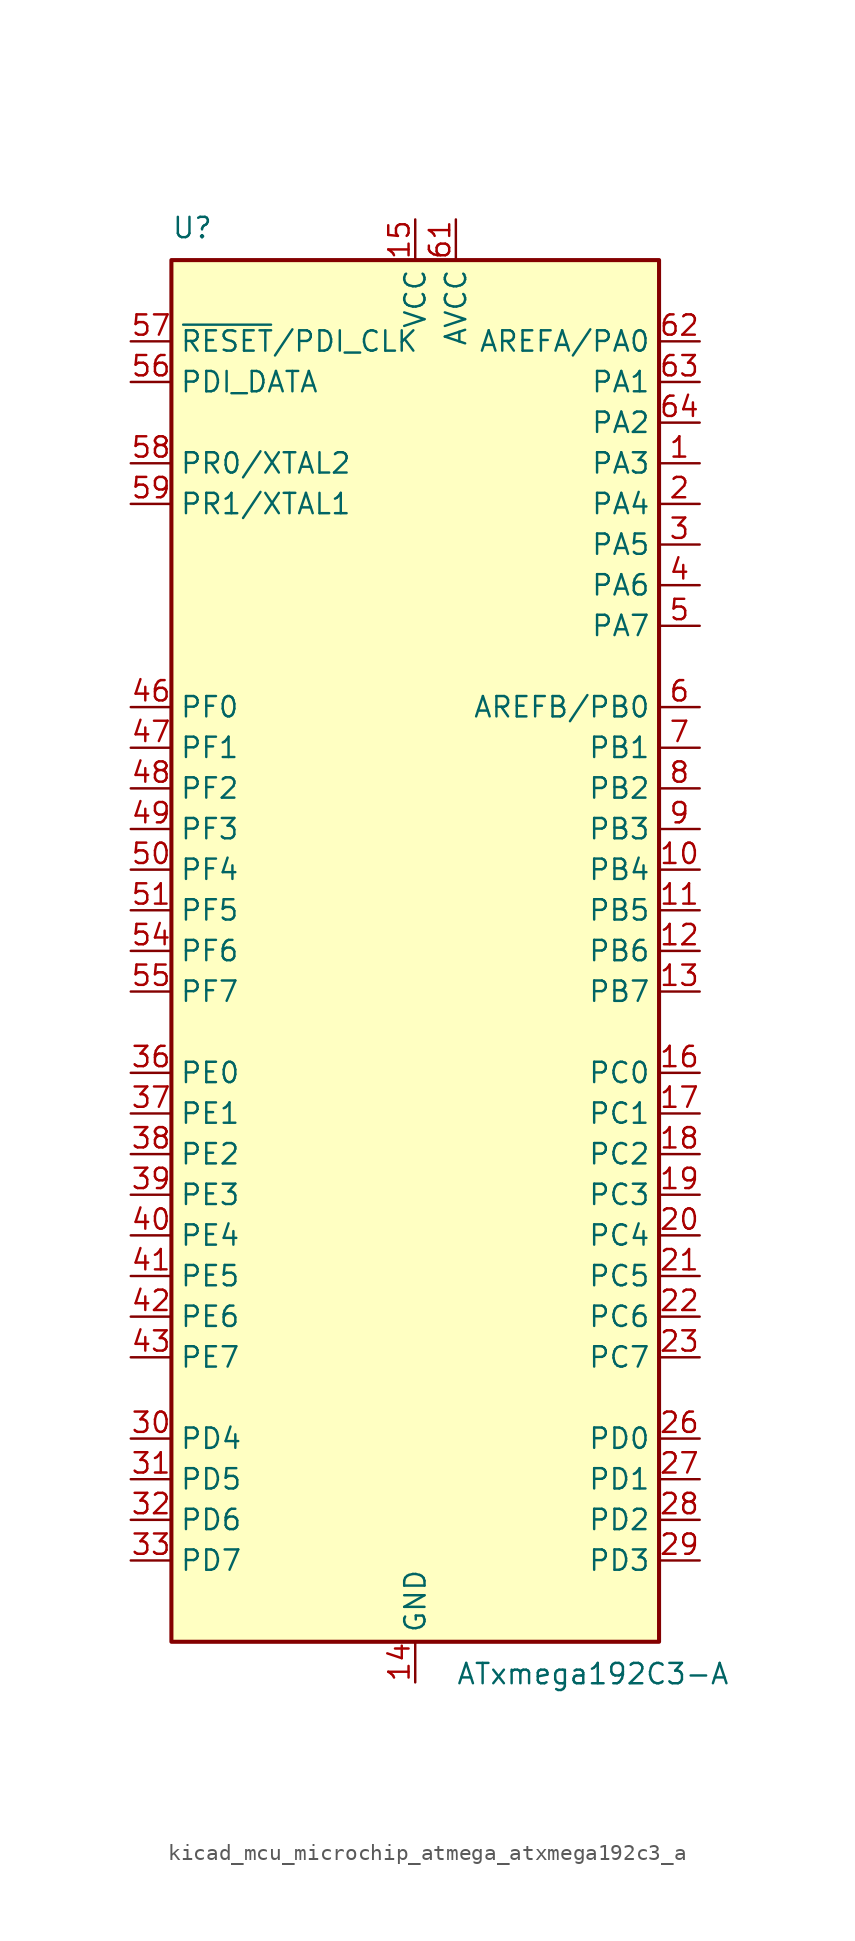
<source format=kicad_sym>
(kicad_symbol_lib
  (version 20220914)
  (generator kicad_symbol_editor)
  (symbol "kicad_mcu_microchip_atmega_atxmega192c3_a"
    (property "Reference" "U"
      (at -15.24 44.45 0)
      (effects (font (size 1.27 1.27)) (justify left bottom)))
    (property "Value" "ATxmega192C3-A"
      (at 2.54 -44.45 0)
      (effects (font (size 1.27 1.27)) (justify left top)))
    (symbol "kicad_mcu_microchip_atmega_atxmega192c3_a_0_1"
      (rectangle (start -15.24 -43.18) (end 15.24 43.18) (stroke (width 0.254) (type default)) (fill (type background))))
    (symbol "kicad_mcu_microchip_atmega_atxmega192c3_a_1_1"
      (pin bidirectional line (at 17.78 30.48 180) (length 2.54) (name "PA3" (effects (font (size 1.27 1.27)))) (number "1" (effects (font (size 1.27 1.27)))))
      (pin bidirectional line (at 17.78 5.08 180) (length 2.54) (name "PB4" (effects (font (size 1.27 1.27)))) (number "10" (effects (font (size 1.27 1.27)))))
      (pin bidirectional line (at 17.78 2.54 180) (length 2.54) (name "PB5" (effects (font (size 1.27 1.27)))) (number "11" (effects (font (size 1.27 1.27)))))
      (pin bidirectional line (at 17.78 0 180) (length 2.54) (name "PB6" (effects (font (size 1.27 1.27)))) (number "12" (effects (font (size 1.27 1.27)))))
      (pin bidirectional line (at 17.78 -2.54 180) (length 2.54) (name "PB7" (effects (font (size 1.27 1.27)))) (number "13" (effects (font (size 1.27 1.27)))))
      (pin power_in line (at 0 -45.72 90) (length 2.54) (name "GND" (effects (font (size 1.27 1.27)))) (number "14" (effects (font (size 1.27 1.27)))))
      (pin power_in line (at 0 45.72 270) (length 2.54) (name "VCC" (effects (font (size 1.27 1.27)))) (number "15" (effects (font (size 1.27 1.27)))))
      (pin bidirectional line (at 17.78 -7.62 180) (length 2.54) (name "PC0" (effects (font (size 1.27 1.27)))) (number "16" (effects (font (size 1.27 1.27)))))
      (pin bidirectional line (at 17.78 -10.16 180) (length 2.54) (name "PC1" (effects (font (size 1.27 1.27)))) (number "17" (effects (font (size 1.27 1.27)))))
      (pin bidirectional line (at 17.78 -12.7 180) (length 2.54) (name "PC2" (effects (font (size 1.27 1.27)))) (number "18" (effects (font (size 1.27 1.27)))))
      (pin bidirectional line (at 17.78 -15.24 180) (length 2.54) (name "PC3" (effects (font (size 1.27 1.27)))) (number "19" (effects (font (size 1.27 1.27)))))
      (pin bidirectional line (at 17.78 27.94 180) (length 2.54) (name "PA4" (effects (font (size 1.27 1.27)))) (number "2" (effects (font (size 1.27 1.27)))))
      (pin bidirectional line (at 17.78 -17.78 180) (length 2.54) (name "PC4" (effects (font (size 1.27 1.27)))) (number "20" (effects (font (size 1.27 1.27)))))
      (pin bidirectional line (at 17.78 -20.32 180) (length 2.54) (name "PC5" (effects (font (size 1.27 1.27)))) (number "21" (effects (font (size 1.27 1.27)))))
      (pin bidirectional line (at 17.78 -22.86 180) (length 2.54) (name "PC6" (effects (font (size 1.27 1.27)))) (number "22" (effects (font (size 1.27 1.27)))))
      (pin bidirectional line (at 17.78 -25.4 180) (length 2.54) (name "PC7" (effects (font (size 1.27 1.27)))) (number "23" (effects (font (size 1.27 1.27)))))
      (pin passive line (at 0 -45.72 90) (length 2.54) hide (name "GND" (effects (font (size 1.27 1.27)))) (number "24" (effects (font (size 1.27 1.27)))))
      (pin passive line (at 0 45.72 270) (length 2.54) hide (name "VCC" (effects (font (size 1.27 1.27)))) (number "25" (effects (font (size 1.27 1.27)))))
      (pin bidirectional line (at 17.78 -30.48 180) (length 2.54) (name "PD0" (effects (font (size 1.27 1.27)))) (number "26" (effects (font (size 1.27 1.27)))))
      (pin bidirectional line (at 17.78 -33.02 180) (length 2.54) (name "PD1" (effects (font (size 1.27 1.27)))) (number "27" (effects (font (size 1.27 1.27)))))
      (pin bidirectional line (at 17.78 -35.56 180) (length 2.54) (name "PD2" (effects (font (size 1.27 1.27)))) (number "28" (effects (font (size 1.27 1.27)))))
      (pin bidirectional line (at 17.78 -38.1 180) (length 2.54) (name "PD3" (effects (font (size 1.27 1.27)))) (number "29" (effects (font (size 1.27 1.27)))))
      (pin bidirectional line (at 17.78 25.4 180) (length 2.54) (name "PA5" (effects (font (size 1.27 1.27)))) (number "3" (effects (font (size 1.27 1.27)))))
      (pin bidirectional line (at -17.78 -30.48 0) (length 2.54) (name "PD4" (effects (font (size 1.27 1.27)))) (number "30" (effects (font (size 1.27 1.27)))))
      (pin bidirectional line (at -17.78 -33.02 0) (length 2.54) (name "PD5" (effects (font (size 1.27 1.27)))) (number "31" (effects (font (size 1.27 1.27)))))
      (pin bidirectional line (at -17.78 -35.56 0) (length 2.54) (name "PD6" (effects (font (size 1.27 1.27)))) (number "32" (effects (font (size 1.27 1.27)))))
      (pin bidirectional line (at -17.78 -38.1 0) (length 2.54) (name "PD7" (effects (font (size 1.27 1.27)))) (number "33" (effects (font (size 1.27 1.27)))))
      (pin passive line (at 0 -45.72 90) (length 2.54) hide (name "GND" (effects (font (size 1.27 1.27)))) (number "34" (effects (font (size 1.27 1.27)))))
      (pin passive line (at 0 45.72 270) (length 2.54) hide (name "VCC" (effects (font (size 1.27 1.27)))) (number "35" (effects (font (size 1.27 1.27)))))
      (pin bidirectional line (at -17.78 -7.62 0) (length 2.54) (name "PE0" (effects (font (size 1.27 1.27)))) (number "36" (effects (font (size 1.27 1.27)))))
      (pin bidirectional line (at -17.78 -10.16 0) (length 2.54) (name "PE1" (effects (font (size 1.27 1.27)))) (number "37" (effects (font (size 1.27 1.27)))))
      (pin bidirectional line (at -17.78 -12.7 0) (length 2.54) (name "PE2" (effects (font (size 1.27 1.27)))) (number "38" (effects (font (size 1.27 1.27)))))
      (pin bidirectional line (at -17.78 -15.24 0) (length 2.54) (name "PE3" (effects (font (size 1.27 1.27)))) (number "39" (effects (font (size 1.27 1.27)))))
      (pin bidirectional line (at 17.78 22.86 180) (length 2.54) (name "PA6" (effects (font (size 1.27 1.27)))) (number "4" (effects (font (size 1.27 1.27)))))
      (pin bidirectional line (at -17.78 -17.78 0) (length 2.54) (name "PE4" (effects (font (size 1.27 1.27)))) (number "40" (effects (font (size 1.27 1.27)))))
      (pin bidirectional line (at -17.78 -20.32 0) (length 2.54) (name "PE5" (effects (font (size 1.27 1.27)))) (number "41" (effects (font (size 1.27 1.27)))))
      (pin bidirectional line (at -17.78 -22.86 0) (length 2.54) (name "PE6" (effects (font (size 1.27 1.27)))) (number "42" (effects (font (size 1.27 1.27)))))
      (pin bidirectional line (at -17.78 -25.4 0) (length 2.54) (name "PE7" (effects (font (size 1.27 1.27)))) (number "43" (effects (font (size 1.27 1.27)))))
      (pin passive line (at 0 -45.72 90) (length 2.54) hide (name "GND" (effects (font (size 1.27 1.27)))) (number "44" (effects (font (size 1.27 1.27)))))
      (pin passive line (at 0 45.72 270) (length 2.54) hide (name "VCC" (effects (font (size 1.27 1.27)))) (number "45" (effects (font (size 1.27 1.27)))))
      (pin bidirectional line (at -17.78 15.24 0) (length 2.54) (name "PF0" (effects (font (size 1.27 1.27)))) (number "46" (effects (font (size 1.27 1.27)))))
      (pin bidirectional line (at -17.78 12.7 0) (length 2.54) (name "PF1" (effects (font (size 1.27 1.27)))) (number "47" (effects (font (size 1.27 1.27)))))
      (pin bidirectional line (at -17.78 10.16 0) (length 2.54) (name "PF2" (effects (font (size 1.27 1.27)))) (number "48" (effects (font (size 1.27 1.27)))))
      (pin bidirectional line (at -17.78 7.62 0) (length 2.54) (name "PF3" (effects (font (size 1.27 1.27)))) (number "49" (effects (font (size 1.27 1.27)))))
      (pin bidirectional line (at 17.78 20.32 180) (length 2.54) (name "PA7" (effects (font (size 1.27 1.27)))) (number "5" (effects (font (size 1.27 1.27)))))
      (pin bidirectional line (at -17.78 5.08 0) (length 2.54) (name "PF4" (effects (font (size 1.27 1.27)))) (number "50" (effects (font (size 1.27 1.27)))))
      (pin bidirectional line (at -17.78 2.54 0) (length 2.54) (name "PF5" (effects (font (size 1.27 1.27)))) (number "51" (effects (font (size 1.27 1.27)))))
      (pin passive line (at 0 -45.72 90) (length 2.54) hide (name "GND" (effects (font (size 1.27 1.27)))) (number "52" (effects (font (size 1.27 1.27)))))
      (pin passive line (at 0 45.72 270) (length 2.54) hide (name "VCC" (effects (font (size 1.27 1.27)))) (number "53" (effects (font (size 1.27 1.27)))))
      (pin bidirectional line (at -17.78 0 0) (length 2.54) (name "PF6" (effects (font (size 1.27 1.27)))) (number "54" (effects (font (size 1.27 1.27)))))
      (pin bidirectional line (at -17.78 -2.54 0) (length 2.54) (name "PF7" (effects (font (size 1.27 1.27)))) (number "55" (effects (font (size 1.27 1.27)))))
      (pin bidirectional line (at -17.78 35.56 0) (length 2.54) (name "PDI_DATA" (effects (font (size 1.27 1.27)))) (number "56" (effects (font (size 1.27 1.27)))))
      (pin input line (at -17.78 38.1 0) (length 2.54) (name "~{RESET}/PDI_CLK" (effects (font (size 1.27 1.27)))) (number "57" (effects (font (size 1.27 1.27)))))
      (pin bidirectional line (at -17.78 30.48 0) (length 2.54) (name "PR0/XTAL2" (effects (font (size 1.27 1.27)))) (number "58" (effects (font (size 1.27 1.27)))))
      (pin bidirectional line (at -17.78 27.94 0) (length 2.54) (name "PR1/XTAL1" (effects (font (size 1.27 1.27)))) (number "59" (effects (font (size 1.27 1.27)))))
      (pin bidirectional line (at 17.78 15.24 180) (length 2.54) (name "AREFB/PB0" (effects (font (size 1.27 1.27)))) (number "6" (effects (font (size 1.27 1.27)))))
      (pin passive line (at 0 -45.72 90) (length 2.54) hide (name "GND" (effects (font (size 1.27 1.27)))) (number "60" (effects (font (size 1.27 1.27)))))
      (pin power_in line (at 2.54 45.72 270) (length 2.54) (name "AVCC" (effects (font (size 1.27 1.27)))) (number "61" (effects (font (size 1.27 1.27)))))
      (pin bidirectional line (at 17.78 38.1 180) (length 2.54) (name "AREFA/PA0" (effects (font (size 1.27 1.27)))) (number "62" (effects (font (size 1.27 1.27)))))
      (pin bidirectional line (at 17.78 35.56 180) (length 2.54) (name "PA1" (effects (font (size 1.27 1.27)))) (number "63" (effects (font (size 1.27 1.27)))))
      (pin bidirectional line (at 17.78 33.02 180) (length 2.54) (name "PA2" (effects (font (size 1.27 1.27)))) (number "64" (effects (font (size 1.27 1.27)))))
      (pin bidirectional line (at 17.78 12.7 180) (length 2.54) (name "PB1" (effects (font (size 1.27 1.27)))) (number "7" (effects (font (size 1.27 1.27)))))
      (pin bidirectional line (at 17.78 10.16 180) (length 2.54) (name "PB2" (effects (font (size 1.27 1.27)))) (number "8" (effects (font (size 1.27 1.27)))))
      (pin bidirectional line (at 17.78 7.62 180) (length 2.54) (name "PB3" (effects (font (size 1.27 1.27)))) (number "9" (effects (font (size 1.27 1.27))))))))
</source>
